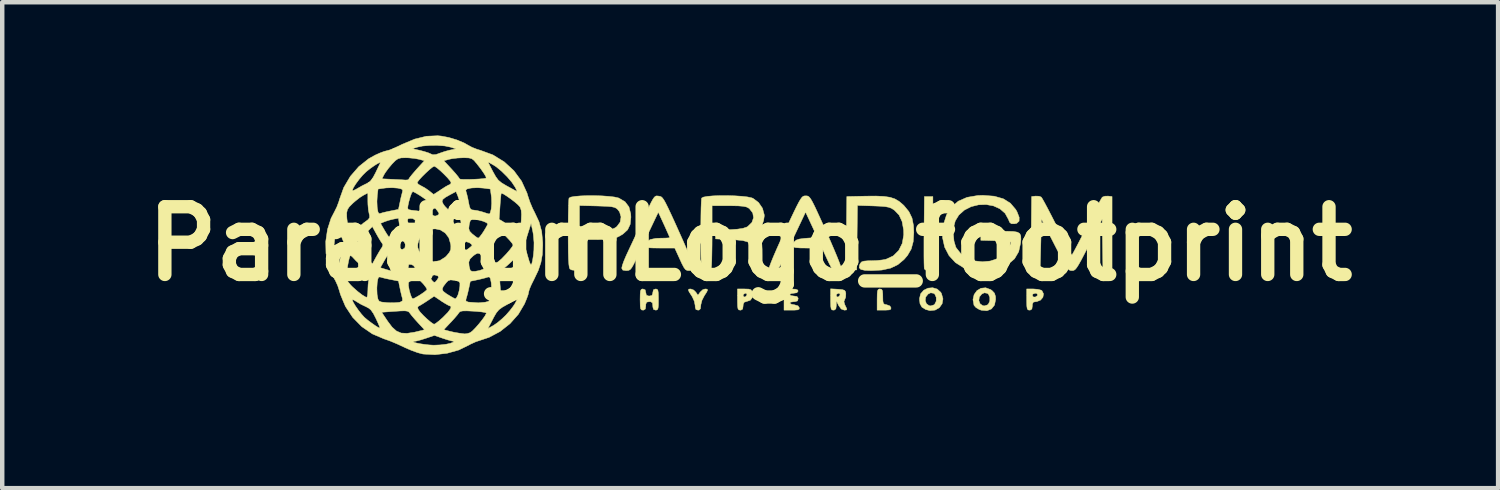
<source format=kicad_pcb>
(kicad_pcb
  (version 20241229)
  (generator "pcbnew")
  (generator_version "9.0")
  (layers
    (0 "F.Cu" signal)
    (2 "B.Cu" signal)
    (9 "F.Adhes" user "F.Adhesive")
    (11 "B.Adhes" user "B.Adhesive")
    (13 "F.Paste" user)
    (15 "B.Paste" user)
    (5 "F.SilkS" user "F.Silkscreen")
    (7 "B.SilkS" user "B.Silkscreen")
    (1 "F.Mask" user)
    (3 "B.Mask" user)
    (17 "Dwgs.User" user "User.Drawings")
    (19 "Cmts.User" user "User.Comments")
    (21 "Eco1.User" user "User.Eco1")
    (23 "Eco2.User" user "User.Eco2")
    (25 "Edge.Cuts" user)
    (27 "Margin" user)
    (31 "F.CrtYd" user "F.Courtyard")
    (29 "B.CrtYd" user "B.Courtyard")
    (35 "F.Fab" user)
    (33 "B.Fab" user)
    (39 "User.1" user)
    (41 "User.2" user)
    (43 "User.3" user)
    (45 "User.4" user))
  (footprint "ParadigmLogo_footprint"
    (layer "F.Cu")
    (at 13.832 2.437)
    (property "Reference" "ParadigmLogo_footprint" (at 0 0 0) (layer "F.SilkS") (effects (font (size 1.524 1.524) (thickness 0.3))))
    (attr through_hole)
    (fp_poly (pts (xy 4.112 0.587) (xy 4.024 0.597) (xy 3.951 0.591) (xy 3.92 0.565) (xy 3.916 0.523) (xy 3.913 0.426) (xy 3.911 0.284) (xy 3.911 0.106) (xy 3.911 -0.099) (xy 3.913 -0.27) (xy 3.921 -1.064) (xy 4.112 -1.064) (xy 4.112 0.587)) (stroke (width 0.01) (type solid)) (fill yes) (layer "F.SilkS"))
    (fp_poly (pts (xy 2.958 1.024) (xy 2.977 1.057) (xy 2.984 1.13) (xy 2.985 1.189) (xy 2.987 1.288) (xy 2.998 1.341) (xy 3.028 1.363) (xy 3.072 1.371) (xy 3.144 1.398) (xy 3.169 1.437) (xy 3.166 1.47) (xy 3.131 1.487) (xy 3.05 1.492) (xy 3.019 1.492) (xy 2.857 1.492) (xy 2.857 1.254) (xy 2.859 1.132) (xy 2.866 1.061) (xy 2.882 1.027) (xy 2.91 1.016) (xy 2.921 1.016) (xy 2.958 1.024)) (stroke (width 0.01) (type solid)) (fill yes) (layer "F.SilkS"))
    (fp_poly (pts (xy -0.969 1.02) (xy -0.958 1.041) (xy -0.981 1.09) (xy -1.032 1.168) (xy -1.084 1.27) (xy -1.11 1.371) (xy -1.111 1.388) (xy -1.12 1.462) (xy -1.151 1.49) (xy -1.175 1.492) (xy -1.22 1.479) (xy -1.237 1.427) (xy -1.238 1.388) (xy -1.257 1.292) (xy -1.305 1.187) (xy -1.318 1.168) (xy -1.373 1.083) (xy -1.392 1.038) (xy -1.377 1.019) (xy -1.335 1.016) (xy -1.272 1.04) (xy -1.224 1.087) (xy -1.175 1.157) (xy -1.125 1.087) (xy -1.067 1.033) (xy -1.014 1.016) (xy -0.969 1.02)) (stroke (width 0.01) (type solid)) (fill yes) (layer "F.SilkS"))
    (fp_poly (pts (xy -0.032 1.019) (xy 0.019 1.035) (xy 0.043 1.071) (xy 0.052 1.1) (xy 0.053 1.202) (xy 0.003 1.27) (xy -0.075 1.296) (xy -0.136 1.315) (xy -0.157 1.365) (xy -0.159 1.399) (xy -0.169 1.468) (xy -0.208 1.492) (xy -0.222 1.492) (xy -0.255 1.487) (xy -0.274 1.461) (xy -0.283 1.402) (xy -0.286 1.297) (xy -0.286 1.254) (xy -0.286 1.162) (xy -0.159 1.162) (xy -0.14 1.196) (xy -0.102 1.191) (xy -0.071 1.149) (xy -0.085 1.117) (xy -0.108 1.111) (xy -0.152 1.137) (xy -0.159 1.162) (xy -0.286 1.162) (xy -0.286 1.016) (xy -0.128 1.016) (xy -0.032 1.019)) (stroke (width 0.01) (type solid)) (fill yes) (layer "F.SilkS"))
    (fp_poly (pts (xy 1.021 1.021) (xy 1.069 1.039) (xy 1.079 1.064) (xy 1.051 1.101) (xy 0.984 1.111) (xy 0.917 1.12) (xy 0.889 1.143) (xy 0.889 1.143) (xy 0.917 1.165) (xy 0.983 1.175) (xy 0.984 1.175) (xy 1.054 1.185) (xy 1.079 1.222) (xy 1.079 1.238) (xy 1.065 1.285) (xy 1.009 1.301) (xy 0.984 1.302) (xy 0.91 1.312) (xy 0.892 1.335) (xy 0.931 1.36) (xy 0.992 1.371) (xy 1.077 1.396) (xy 1.105 1.437) (xy 1.103 1.469) (xy 1.07 1.486) (xy 0.994 1.492) (xy 0.939 1.492) (xy 0.762 1.492) (xy 0.762 1.016) (xy 0.921 1.016) (xy 1.021 1.021)) (stroke (width 0.01) (type solid)) (fill yes) (layer "F.SilkS"))
    (fp_poly (pts (xy 4.209 1.018) (xy 4.29 1.092) (xy 4.305 1.118) (xy 4.339 1.239) (xy 4.32 1.348) (xy 4.258 1.436) (xy 4.163 1.491) (xy 4.046 1.503) (xy 3.95 1.478) (xy 3.865 1.425) (xy 3.822 1.348) (xy 3.814 1.277) (xy 3.94 1.277) (xy 3.967 1.349) (xy 4.028 1.392) (xy 4.064 1.397) (xy 4.131 1.376) (xy 4.153 1.359) (xy 4.187 1.29) (xy 4.187 1.205) (xy 4.156 1.134) (xy 4.132 1.114) (xy 4.063 1.102) (xy 4.005 1.13) (xy 3.951 1.197) (xy 3.94 1.277) (xy 3.814 1.277) (xy 3.81 1.234) (xy 3.836 1.125) (xy 3.905 1.045) (xy 4.001 0.998) (xy 4.107 0.988) (xy 4.209 1.018)) (stroke (width 0.01) (type solid)) (fill yes) (layer "F.SilkS"))
    (fp_poly (pts (xy 6.473 1.024) (xy 6.547 1.043) (xy 6.566 1.054) (xy 6.602 1.126) (xy 6.588 1.203) (xy 6.534 1.267) (xy 6.451 1.3) (xy 6.427 1.302) (xy 6.372 1.312) (xy 6.352 1.357) (xy 6.35 1.397) (xy 6.34 1.467) (xy 6.303 1.491) (xy 6.287 1.492) (xy 6.254 1.487) (xy 6.235 1.461) (xy 6.226 1.402) (xy 6.223 1.297) (xy 6.223 1.254) (xy 6.223 1.161) (xy 6.35 1.161) (xy 6.372 1.196) (xy 6.418 1.198) (xy 6.46 1.168) (xy 6.469 1.151) (xy 6.454 1.119) (xy 6.416 1.111) (xy 6.362 1.131) (xy 6.35 1.161) (xy 6.223 1.161) (xy 6.223 1.016) (xy 6.375 1.016) (xy 6.473 1.024)) (stroke (width 0.01) (type solid)) (fill yes) (layer "F.SilkS"))
    (fp_poly (pts (xy 5.412 1.03) (xy 5.441 1.05) (xy 5.498 1.11) (xy 5.522 1.187) (xy 5.524 1.252) (xy 5.499 1.378) (xy 5.43 1.465) (xy 5.328 1.506) (xy 5.201 1.494) (xy 5.156 1.478) (xy 5.082 1.434) (xy 5.038 1.384) (xy 5.037 1.382) (xy 5.018 1.277) (xy 5.146 1.277) (xy 5.174 1.349) (xy 5.235 1.392) (xy 5.271 1.397) (xy 5.337 1.376) (xy 5.359 1.359) (xy 5.393 1.29) (xy 5.393 1.205) (xy 5.363 1.134) (xy 5.339 1.114) (xy 5.27 1.102) (xy 5.212 1.13) (xy 5.158 1.197) (xy 5.146 1.277) (xy 5.018 1.277) (xy 5.014 1.254) (xy 5.04 1.142) (xy 5.103 1.054) (xy 5.194 1) (xy 5.3 0.989) (xy 5.412 1.03)) (stroke (width 0.01) (type solid)) (fill yes) (layer "F.SilkS"))
    (fp_poly (pts (xy 1.976 1.022) (xy 2.074 1.031) (xy 2.125 1.047) (xy 2.147 1.081) (xy 2.153 1.121) (xy 2.149 1.202) (xy 2.128 1.254) (xy 2.11 1.302) (xy 2.131 1.373) (xy 2.142 1.395) (xy 2.173 1.46) (xy 2.17 1.487) (xy 2.129 1.492) (xy 2.118 1.492) (xy 2.049 1.467) (xy 1.992 1.389) (xy 1.941 1.286) (xy 1.939 1.389) (xy 1.929 1.463) (xy 1.895 1.49) (xy 1.873 1.492) (xy 1.841 1.487) (xy 1.822 1.461) (xy 1.813 1.403) (xy 1.81 1.298) (xy 1.81 1.252) (xy 1.81 1.162) (xy 1.937 1.162) (xy 1.955 1.196) (xy 1.993 1.191) (xy 2.025 1.149) (xy 2.011 1.117) (xy 1.987 1.111) (xy 1.943 1.137) (xy 1.937 1.162) (xy 1.81 1.162) (xy 1.81 1.013) (xy 1.976 1.022)) (stroke (width 0.01) (type solid)) (fill yes) (layer "F.SilkS"))
    (fp_poly (pts (xy -2.095 1.022) (xy -2.076 1.047) (xy -2.067 1.106) (xy -2.064 1.211) (xy -2.064 1.254) (xy -2.065 1.376) (xy -2.072 1.447) (xy -2.088 1.482) (xy -2.116 1.492) (xy -2.127 1.492) (xy -2.174 1.477) (xy -2.19 1.422) (xy -2.191 1.397) (xy -2.199 1.329) (xy -2.236 1.304) (xy -2.27 1.302) (xy -2.327 1.312) (xy -2.348 1.356) (xy -2.349 1.397) (xy -2.359 1.467) (xy -2.397 1.491) (xy -2.413 1.492) (xy -2.445 1.487) (xy -2.465 1.461) (xy -2.474 1.402) (xy -2.476 1.297) (xy -2.477 1.254) (xy -2.475 1.132) (xy -2.468 1.061) (xy -2.452 1.027) (xy -2.424 1.016) (xy -2.413 1.016) (xy -2.363 1.035) (xy -2.349 1.095) (xy -2.336 1.156) (xy -2.285 1.174) (xy -2.27 1.175) (xy -2.21 1.162) (xy -2.191 1.11) (xy -2.191 1.095) (xy -2.176 1.033) (xy -2.127 1.016) (xy -2.095 1.022)) (stroke (width 0.01) (type solid)) (fill yes) (layer "F.SilkS"))
    (fp_poly (pts (xy 3.01 -1.067) (xy 3.147 -1.047) (xy 3.257 -1.011) (xy 3.35 -0.956) (xy 3.439 -0.881) (xy 3.462 -0.859) (xy 3.572 -0.725) (xy 3.642 -0.581) (xy 3.676 -0.408) (xy 3.683 -0.254) (xy 3.669 -0.048) (xy 3.624 0.118) (xy 3.541 0.261) (xy 3.461 0.354) (xy 3.322 0.47) (xy 3.16 0.547) (xy 2.963 0.59) (xy 2.728 0.603) (xy 2.582 0.597) (xy 2.492 0.577) (xy 2.454 0.539) (xy 2.461 0.479) (xy 2.478 0.442) (xy 2.506 0.408) (xy 2.557 0.39) (xy 2.645 0.382) (xy 2.724 0.381) (xy 2.855 0.376) (xy 2.98 0.362) (xy 3.055 0.348) (xy 3.219 0.272) (xy 3.343 0.15) (xy 3.423 -0.01) (xy 3.456 -0.203) (xy 3.453 -0.313) (xy 3.419 -0.502) (xy 3.352 -0.646) (xy 3.247 -0.756) (xy 3.231 -0.767) (xy 3.177 -0.801) (xy 3.117 -0.823) (xy 3.036 -0.838) (xy 2.919 -0.847) (xy 2.771 -0.853) (xy 2.414 -0.864) (xy 2.397 0.587) (xy 2.294 0.597) (xy 2.21 0.592) (xy 2.174 0.565) (xy 2.17 0.523) (xy 2.167 0.426) (xy 2.165 0.284) (xy 2.164 0.106) (xy 2.165 -0.099) (xy 2.166 -0.27) (xy 2.175 -1.064) (xy 2.603 -1.073) (xy 2.832 -1.075) (xy 3.01 -1.067)) (stroke (width 0.01) (type solid)) (fill yes) (layer "F.SilkS"))
    (fp_poly (pts (xy 8.144 -1.064) (xy 8.144 0.587) (xy 7.939 0.607) (xy 7.922 -0.556) (xy 7.626 0.024) (xy 7.526 0.219) (xy 7.45 0.365) (xy 7.392 0.468) (xy 7.348 0.537) (xy 7.314 0.577) (xy 7.284 0.597) (xy 7.253 0.603) (xy 7.239 0.603) (xy 7.207 0.6) (xy 7.177 0.587) (xy 7.145 0.556) (xy 7.105 0.5) (xy 7.054 0.412) (xy 6.986 0.284) (xy 6.896 0.11) (xy 6.852 0.024) (xy 6.556 -0.556) (xy 6.525 0.587) (xy 6.437 0.597) (xy 6.364 0.591) (xy 6.333 0.565) (xy 6.329 0.523) (xy 6.326 0.426) (xy 6.324 0.284) (xy 6.324 0.106) (xy 6.324 -0.099) (xy 6.326 -0.27) (xy 6.334 -1.064) (xy 6.423 -1.074) (xy 6.502 -1.071) (xy 6.55 -1.052) (xy 6.575 -1.015) (xy 6.623 -0.93) (xy 6.69 -0.805) (xy 6.771 -0.649) (xy 6.862 -0.471) (xy 6.906 -0.383) (xy 6.998 -0.2) (xy 7.081 -0.037) (xy 7.151 0.097) (xy 7.203 0.194) (xy 7.233 0.247) (xy 7.239 0.253) (xy 7.257 0.226) (xy 7.299 0.15) (xy 7.361 0.033) (xy 7.438 -0.116) (xy 7.526 -0.29) (xy 7.572 -0.383) (xy 7.666 -0.569) (xy 7.752 -0.737) (xy 7.826 -0.877) (xy 7.883 -0.982) (xy 7.919 -1.042) (xy 7.928 -1.052) (xy 7.985 -1.072) (xy 8.055 -1.074) (xy 8.144 -1.064)) (stroke (width 0.01) (type solid)) (fill yes) (layer "F.SilkS"))
    (fp_poly (pts (xy -3.335 -1.079) (xy -3.182 -1.068) (xy -3.053 -1.053) (xy -2.962 -1.032) (xy -2.953 -1.028) (xy -2.816 -0.947) (xy -2.728 -0.831) (xy -2.688 -0.674) (xy -2.684 -0.599) (xy -2.7 -0.438) (xy -2.758 -0.316) (xy -2.865 -0.218) (xy -2.953 -0.167) (xy -3.023 -0.135) (xy -3.095 -0.114) (xy -3.185 -0.102) (xy -3.308 -0.097) (xy -3.466 -0.095) (xy -3.84 -0.095) (xy -3.849 0.246) (xy -3.853 0.397) (xy -3.859 0.495) (xy -3.869 0.553) (xy -3.886 0.582) (xy -3.914 0.593) (xy -3.937 0.597) (xy -4.014 0.589) (xy -4.056 0.567) (xy -4.07 0.535) (xy -4.08 0.465) (xy -4.088 0.353) (xy -4.093 0.193) (xy -4.095 -0.021) (xy -4.096 -0.226) (xy -4.095 -0.318) (xy -3.842 -0.318) (xy -3.463 -0.318) (xy -3.3 -0.318) (xy -3.187 -0.322) (xy -3.111 -0.332) (xy -3.059 -0.349) (xy -3.017 -0.375) (xy -2.996 -0.393) (xy -2.925 -0.49) (xy -2.906 -0.606) (xy -2.939 -0.718) (xy -2.979 -0.771) (xy -3.014 -0.801) (xy -3.057 -0.821) (xy -3.121 -0.835) (xy -3.218 -0.844) (xy -3.36 -0.849) (xy -3.446 -0.852) (xy -3.842 -0.862) (xy -3.842 -0.318) (xy -4.095 -0.318) (xy -4.095 -0.441) (xy -4.093 -0.636) (xy -4.089 -0.802) (xy -4.085 -0.929) (xy -4.08 -1.008) (xy -4.076 -1.029) (xy -4.038 -1.051) (xy -3.948 -1.067) (xy -3.82 -1.078) (xy -3.667 -1.084) (xy -3.502 -1.084) (xy -3.335 -1.079)) (stroke (width 0.01) (type solid)) (fill yes) (layer "F.SilkS"))
    (fp_poly (pts (xy 1.251 -1.079) (xy 1.281 -1.078) (xy 1.307 -1.07) (xy 1.333 -1.049) (xy 1.364 -1.008) (xy 1.402 -0.942) (xy 1.452 -0.843) (xy 1.516 -0.706) (xy 1.599 -0.524) (xy 1.705 -0.29) (xy 1.709 -0.282) (xy 1.802 -0.072) (xy 1.885 0.121) (xy 1.955 0.288) (xy 2.008 0.422) (xy 2.041 0.515) (xy 2.051 0.558) (xy 2.051 0.559) (xy 2.01 0.591) (xy 1.942 0.603) (xy 1.896 0.598) (xy 1.858 0.576) (xy 1.821 0.525) (xy 1.774 0.434) (xy 1.734 0.349) (xy 1.618 0.095) (xy 1.285 0.095) (xy 1.124 0.093) (xy 1.02 0.085) (xy 0.965 0.066) (xy 0.952 0.034) (xy 0.974 -0.016) (xy 0.997 -0.049) (xy 1.037 -0.084) (xy 1.105 -0.107) (xy 1.215 -0.122) (xy 1.278 -0.127) (xy 1.513 -0.143) (xy 1.38 -0.429) (xy 1.247 -0.714) (xy 1.082 -0.365) (xy 0.998 -0.188) (xy 0.905 0.009) (xy 0.818 0.195) (xy 0.771 0.294) (xy 0.705 0.431) (xy 0.657 0.521) (xy 0.62 0.572) (xy 0.584 0.596) (xy 0.544 0.603) (xy 0.534 0.603) (xy 0.462 0.589) (xy 0.425 0.558) (xy 0.433 0.518) (xy 0.466 0.429) (xy 0.519 0.298) (xy 0.59 0.133) (xy 0.675 -0.057) (xy 0.771 -0.265) (xy 0.78 -0.284) (xy 0.89 -0.518) (xy 0.977 -0.701) (xy 1.044 -0.839) (xy 1.096 -0.939) (xy 1.136 -1.006) (xy 1.167 -1.048) (xy 1.194 -1.07) (xy 1.221 -1.078) (xy 1.25 -1.079) (xy 1.251 -1.079)) (stroke (width 0.01) (type solid)) (fill yes) (layer "F.SilkS"))
    (fp_poly (pts (xy 5.491 -1.072) (xy 5.696 -1.014) (xy 5.856 -0.914) (xy 5.977 -0.772) (xy 6.006 -0.72) (xy 6.054 -0.596) (xy 6.052 -0.511) (xy 6 -0.462) (xy 5.948 -0.451) (xy 5.878 -0.452) (xy 5.839 -0.484) (xy 5.813 -0.549) (xy 5.737 -0.687) (xy 5.621 -0.788) (xy 5.475 -0.854) (xy 5.311 -0.884) (xy 5.14 -0.878) (xy 4.974 -0.837) (xy 4.822 -0.76) (xy 4.697 -0.649) (xy 4.616 -0.517) (xy 4.581 -0.383) (xy 4.572 -0.222) (xy 4.587 -0.062) (xy 4.626 0.07) (xy 4.637 0.091) (xy 4.746 0.228) (xy 4.888 0.325) (xy 5.052 0.384) (xy 5.226 0.404) (xy 5.401 0.388) (xy 5.563 0.334) (xy 5.703 0.245) (xy 5.808 0.122) (xy 5.857 0.009) (xy 5.864 -0.022) (xy 5.855 -0.043) (xy 5.82 -0.055) (xy 5.749 -0.063) (xy 5.632 -0.068) (xy 5.534 -0.07) (xy 5.191 -0.079) (xy 5.191 -0.27) (xy 5.599 -0.279) (xy 5.79 -0.282) (xy 5.925 -0.278) (xy 6.015 -0.262) (xy 6.067 -0.231) (xy 6.09 -0.179) (xy 6.093 -0.102) (xy 6.086 -0.02) (xy 6.043 0.177) (xy 5.949 0.337) (xy 5.803 0.464) (xy 5.714 0.514) (xy 5.513 0.585) (xy 5.286 0.619) (xy 5.064 0.613) (xy 5.028 0.607) (xy 4.806 0.539) (xy 4.621 0.423) (xy 4.476 0.266) (xy 4.377 0.076) (xy 4.329 -0.139) (xy 4.338 -0.373) (xy 4.346 -0.421) (xy 4.418 -0.649) (xy 4.53 -0.828) (xy 4.684 -0.96) (xy 4.881 -1.046) (xy 5.122 -1.087) (xy 5.239 -1.091) (xy 5.491 -1.072)) (stroke (width 0.01) (type solid)) (fill yes) (layer "F.SilkS"))
    (fp_poly (pts (xy -0.346 -1.08) (xy -0.19 -1.07) (xy -0.059 -1.055) (xy 0.036 -1.034) (xy 0.063 -1.024) (xy 0.188 -0.93) (xy 0.277 -0.801) (xy 0.316 -0.656) (xy 0.318 -0.629) (xy 0.303 -0.528) (xy 0.267 -0.415) (xy 0.219 -0.313) (xy 0.168 -0.245) (xy 0.157 -0.237) (xy 0.15 -0.201) (xy 0.196 -0.137) (xy 0.23 -0.096) (xy 0.251 -0.048) (xy 0.264 0.019) (xy 0.269 0.122) (xy 0.27 0.264) (xy 0.27 0.587) (xy 0.079 0.587) (xy 0.071 0.365) (xy 0.063 0.201) (xy 0.044 0.083) (xy 0.005 0.004) (xy -0.062 -0.046) (xy -0.168 -0.074) (xy -0.323 -0.089) (xy -0.445 -0.095) (xy -0.778 -0.111) (xy -0.778 -0.302) (xy -0.459 -0.318) (xy -0.285 -0.33) (xy -0.162 -0.349) (xy -0.079 -0.376) (xy -0.053 -0.391) (xy 0.039 -0.481) (xy 0.076 -0.587) (xy 0.058 -0.695) (xy -0.016 -0.79) (xy -0.037 -0.806) (xy -0.085 -0.83) (xy -0.159 -0.845) (xy -0.27 -0.854) (xy -0.43 -0.857) (xy -0.483 -0.857) (xy -0.857 -0.857) (xy -0.857 -0.177) (xy -0.858 0.027) (xy -0.861 0.211) (xy -0.864 0.365) (xy -0.869 0.48) (xy -0.875 0.544) (xy -0.877 0.553) (xy -0.921 0.592) (xy -0.984 0.603) (xy -1.059 0.586) (xy -1.092 0.553) (xy -1.097 0.508) (xy -1.102 0.409) (xy -1.106 0.266) (xy -1.109 0.088) (xy -1.111 -0.115) (xy -1.111 -0.238) (xy -1.11 -0.451) (xy -1.108 -0.644) (xy -1.105 -0.808) (xy -1.1 -0.934) (xy -1.095 -1.011) (xy -1.092 -1.029) (xy -1.053 -1.051) (xy -0.963 -1.068) (xy -0.835 -1.079) (xy -0.681 -1.085) (xy -0.514 -1.085) (xy -0.346 -1.08)) (stroke (width 0.01) (type solid)) (fill yes) (layer "F.SilkS"))
    (fp_poly (pts (xy -2.089 -1.077) (xy -2.06 -1.074) (xy -2.06 -1.074) (xy -2.029 -1.069) (xy -2.002 -1.058) (xy -1.974 -1.033) (xy -1.942 -0.988) (xy -1.902 -0.917) (xy -1.85 -0.813) (xy -1.783 -0.671) (xy -1.696 -0.482) (xy -1.602 -0.273) (xy -1.508 -0.063) (xy -1.425 0.128) (xy -1.355 0.294) (xy -1.303 0.427) (xy -1.27 0.518) (xy -1.26 0.56) (xy -1.26 0.561) (xy -1.301 0.591) (xy -1.371 0.603) (xy -1.419 0.599) (xy -1.457 0.578) (xy -1.493 0.529) (xy -1.539 0.441) (xy -1.581 0.349) (xy -1.697 0.095) (xy -2.023 0.095) (xy -2.17 0.094) (xy -2.266 0.09) (xy -2.32 0.08) (xy -2.344 0.063) (xy -2.349 0.037) (xy -2.349 0.037) (xy -2.325 -0.044) (xy -2.249 -0.097) (xy -2.12 -0.123) (xy -2.022 -0.127) (xy -1.915 -0.129) (xy -1.839 -0.133) (xy -1.81 -0.14) (xy -1.81 -0.14) (xy -1.822 -0.172) (xy -1.856 -0.249) (xy -1.904 -0.357) (xy -1.938 -0.432) (xy -2.067 -0.712) (xy -2.203 -0.427) (xy -2.277 -0.271) (xy -2.364 -0.086) (xy -2.45 0.098) (xy -2.493 0.191) (xy -2.568 0.352) (xy -2.624 0.465) (xy -2.665 0.537) (xy -2.7 0.579) (xy -2.734 0.598) (xy -2.774 0.603) (xy -2.798 0.603) (xy -2.866 0.592) (xy -2.889 0.552) (xy -2.889 0.54) (xy -2.876 0.483) (xy -2.842 0.387) (xy -2.792 0.269) (xy -2.774 0.23) (xy -2.703 0.078) (xy -2.625 -0.088) (xy -2.558 -0.233) (xy -2.556 -0.238) (xy -2.443 -0.481) (xy -2.354 -0.672) (xy -2.284 -0.818) (xy -2.232 -0.925) (xy -2.192 -0.998) (xy -2.161 -1.044) (xy -2.136 -1.068) (xy -2.113 -1.078) (xy -2.089 -1.077)) (stroke (width 0.01) (type solid)) (fill yes) (layer "F.SilkS"))
    (fp_poly (pts (xy -6.953 -2.425) (xy -6.782 -2.393) (xy -6.603 -2.339) (xy -6.441 -2.272) (xy -6.34 -2.215) (xy -6.258 -2.171) (xy -6.145 -2.127) (xy -6.072 -2.105) (xy -5.789 -2.001) (xy -5.535 -1.845) (xy -5.318 -1.646) (xy -5.145 -1.411) (xy -5.023 -1.145) (xy -5.002 -1.075) (xy -4.955 -0.936) (xy -4.895 -0.793) (xy -4.854 -0.713) (xy -4.752 -0.497) (xy -4.692 -0.278) (xy -4.669 -0.032) (xy -4.668 0.032) (xy -4.677 0.24) (xy -4.709 0.421) (xy -4.769 0.6) (xy -4.865 0.801) (xy -4.871 0.812) (xy -4.926 0.923) (xy -4.967 1.019) (xy -4.984 1.08) (xy -4.985 1.085) (xy -4.997 1.143) (xy -5.031 1.237) (xy -5.077 1.348) (xy -5.078 1.351) (xy -5.217 1.586) (xy -5.405 1.797) (xy -5.628 1.973) (xy -5.874 2.104) (xy -6.048 2.162) (xy -6.172 2.203) (xy -6.294 2.258) (xy -6.331 2.279) (xy -6.559 2.39) (xy -6.82 2.463) (xy -7.092 2.495) (xy -7.353 2.481) (xy -7.382 2.476) (xy -7.486 2.448) (xy -7.621 2.399) (xy -7.761 2.339) (xy -7.795 2.322) (xy -7.938 2.256) (xy -8.068 2.201) (xy -7.584 2.201) (xy -7.569 2.214) (xy -7.514 2.231) (xy -7.431 2.248) (xy -7.332 2.263) (xy -7.228 2.275) (xy -7.131 2.281) (xy -7.112 2.281) (xy -6.974 2.275) (xy -6.843 2.26) (xy -6.747 2.239) (xy -6.682 2.214) (xy -6.664 2.197) (xy -6.675 2.194) (xy -6.734 2.182) (xy -6.829 2.155) (xy -6.918 2.126) (xy -7.106 2.061) (xy -7.298 2.126) (xy -7.408 2.161) (xy -7.5 2.185) (xy -7.548 2.194) (xy -7.584 2.201) (xy -8.068 2.201) (xy -8.087 2.193) (xy -8.214 2.147) (xy -8.235 2.141) (xy -8.501 2.028) (xy -8.74 1.864) (xy -8.945 1.655) (xy -9.108 1.409) (xy -9.17 1.262) (xy -8.954 1.262) (xy -8.935 1.312) (xy -8.887 1.393) (xy -8.821 1.488) (xy -8.75 1.579) (xy -8.686 1.65) (xy -8.68 1.656) (xy -8.608 1.717) (xy -8.521 1.782) (xy -8.437 1.841) (xy -8.369 1.883) (xy -8.333 1.897) (xy -8.331 1.897) (xy -8.34 1.866) (xy -8.37 1.793) (xy -8.416 1.693) (xy -8.424 1.676) (xy -8.484 1.559) (xy -8.498 1.54) (xy -8.293 1.54) (xy -8.158 1.742) (xy -8.058 1.875) (xy -7.961 1.962) (xy -7.854 2.008) (xy -7.723 2.015) (xy -7.555 1.989) (xy -7.451 1.964) (xy -7.329 1.933) (xy -7.329 1.933) (xy -6.895 1.933) (xy -6.773 1.965) (xy -6.667 1.99) (xy -6.551 2.01) (xy -6.424 2.027) (xy -6.367 2.02) (xy -6.305 2.001) (xy -6.256 1.966) (xy -6.197 1.907) (xy -5.902 1.907) (xy -5.775 1.836) (xy -5.685 1.774) (xy -5.579 1.684) (xy -5.495 1.603) (xy -5.408 1.504) (xy -5.334 1.408) (xy -5.291 1.342) (xy -5.24 1.243) (xy -5.459 1.36) (xy -5.575 1.425) (xy -5.653 1.482) (xy -5.711 1.551) (xy -5.77 1.652) (xy -5.79 1.692) (xy -5.902 1.907) (xy -6.197 1.907) (xy -6.185 1.895) (xy -6.106 1.805) (xy -6.03 1.71) (xy -5.97 1.626) (xy -5.939 1.567) (xy -5.937 1.557) (xy -5.967 1.545) (xy -6.046 1.532) (xy -6.16 1.521) (xy -6.231 1.516) (xy -6.373 1.509) (xy -6.464 1.51) (xy -6.518 1.52) (xy -6.547 1.54) (xy -6.554 1.551) (xy -6.59 1.6) (xy -6.656 1.677) (xy -6.738 1.767) (xy -6.74 1.768) (xy -6.895 1.933) (xy -7.329 1.933) (xy -7.468 1.784) (xy -7.549 1.694) (xy -7.619 1.612) (xy -7.654 1.566) (xy -7.68 1.534) (xy -7.714 1.516) (xy -7.77 1.508) (xy -7.861 1.51) (xy -7.997 1.519) (xy -8.293 1.54) (xy -8.498 1.54) (xy -8.537 1.486) (xy -8.596 1.439) (xy -8.616 1.43) (xy -7.486 1.43) (xy -7.468 1.48) (xy -7.426 1.537) (xy -7.356 1.612) (xy -7.274 1.69) (xy -7.194 1.758) (xy -7.133 1.801) (xy -7.111 1.81) (xy -7.073 1.789) (xy -7.003 1.735) (xy -6.917 1.659) (xy -6.904 1.646) (xy -6.803 1.543) (xy -6.744 1.463) (xy -6.73 1.413) (xy -6.76 1.397) (xy -6.799 1.38) (xy -6.874 1.337) (xy -6.95 1.288) (xy -6.95 1.288) (xy -6.397 1.288) (xy -6.345 1.311) (xy -6.344 1.311) (xy -6.116 1.328) (xy -5.964 1.314) (xy -5.891 1.296) (xy -5.853 1.263) (xy -5.834 1.195) (xy -5.827 1.155) (xy -5.819 1.03) (xy -5.825 0.897) (xy -5.828 0.871) (xy -5.846 0.783) (xy -5.868 0.746) (xy -5.901 0.748) (xy -5.961 0.767) (xy -6.057 0.791) (xy -6.125 0.807) (xy -6.298 0.843) (xy -6.335 1.017) (xy -6.36 1.124) (xy -6.384 1.21) (xy -6.395 1.244) (xy -6.397 1.288) (xy -6.95 1.288) (xy -7.112 1.179) (xy -7.269 1.285) (xy -7.36 1.344) (xy -7.433 1.388) (xy -7.464 1.403) (xy -7.486 1.43) (xy -8.616 1.43) (xy -8.65 1.413) (xy -8.755 1.363) (xy -8.851 1.306) (xy -8.864 1.297) (xy -8.923 1.263) (xy -8.953 1.258) (xy -8.954 1.262) (xy -9.17 1.262) (xy -9.222 1.135) (xy -9.243 1.062) (xy -9.282 0.942) (xy -9.334 0.828) (xy -9.354 0.794) (xy -9.4 0.706) (xy -9.081 0.706) (xy -9.074 0.792) (xy -9.048 0.858) (xy -8.99 0.928) (xy -8.946 0.972) (xy -8.833 1.072) (xy -8.732 1.15) (xy -8.656 1.196) (xy -8.628 1.205) (xy -8.615 1.177) (xy -8.606 1.104) (xy -8.603 1.04) (xy -8.602 1) (xy -8.401 1) (xy -8.396 1.133) (xy -8.393 1.157) (xy -8.376 1.247) (xy -8.347 1.292) (xy -8.296 1.31) (xy -8.291 1.311) (xy -8.154 1.325) (xy -8.017 1.327) (xy -7.905 1.318) (xy -7.879 1.313) (xy -7.826 1.285) (xy -7.825 1.234) (xy -7.827 1.226) (xy -7.846 1.156) (xy -7.87 1.053) (xy -7.881 0.999) (xy -7.897 0.921) (xy -7.692 0.921) (xy -7.69 0.938) (xy -7.674 1.036) (xy -7.648 1.131) (xy -7.62 1.205) (xy -7.594 1.238) (xy -7.592 1.238) (xy -7.554 1.222) (xy -7.482 1.182) (xy -7.42 1.144) (xy -7.338 1.088) (xy -7.284 1.043) (xy -7.272 1.025) (xy -7.275 1.019) (xy -6.93 1.019) (xy -6.909 1.067) (xy -6.84 1.121) (xy -6.805 1.143) (xy -6.719 1.195) (xy -6.655 1.23) (xy -6.633 1.238) (xy -6.607 1.212) (xy -6.576 1.151) (xy -6.549 1.055) (xy -6.533 0.954) (xy -6.532 0.883) (xy -6.555 0.847) (xy -6.618 0.828) (xy -6.652 0.822) (xy -6.741 0.812) (xy -6.796 0.83) (xy -6.835 0.868) (xy -6.905 0.958) (xy -6.93 1.019) (xy -7.275 1.019) (xy -7.291 0.987) (xy -7.339 0.923) (xy -7.359 0.899) (xy -7.421 0.835) (xy -7.476 0.812) (xy -7.556 0.818) (xy -7.572 0.821) (xy -7.653 0.84) (xy -7.687 0.868) (xy -7.692 0.921) (xy -7.897 0.921) (xy -7.914 0.838) (xy -8.092 0.803) (xy -8.2 0.781) (xy -8.287 0.759) (xy -8.322 0.748) (xy -8.355 0.747) (xy -8.377 0.786) (xy -8.393 0.871) (xy -8.401 1) (xy -8.602 1) (xy -8.598 0.916) (xy -8.583 0.797) (xy -8.575 0.756) (xy -8.571 0.732) (xy -7.193 0.732) (xy -7.19 0.778) (xy -7.159 0.826) (xy -7.117 0.866) (xy -7.086 0.86) (xy -7.048 0.816) (xy -7.012 0.757) (xy -7.027 0.723) (xy -7.028 0.723) (xy -7.033 0.721) (xy -5.638 0.721) (xy -5.634 0.835) (xy -5.629 0.913) (xy -5.619 1.041) (xy -5.607 1.14) (xy -5.594 1.198) (xy -5.588 1.206) (xy -5.554 1.189) (xy -5.483 1.144) (xy -5.391 1.081) (xy -5.387 1.078) (xy -5.291 1.004) (xy -5.215 0.936) (xy -5.176 0.89) (xy -5.152 0.802) (xy -5.145 0.676) (xy -5.154 0.531) (xy -5.179 0.394) (xy -5.215 0.252) (xy -5.378 0.406) (xy -5.467 0.488) (xy -5.545 0.554) (xy -5.594 0.59) (xy -5.62 0.612) (xy -5.634 0.651) (xy -5.638 0.721) (xy -7.033 0.721) (xy -7.099 0.7) (xy -7.167 0.711) (xy -7.193 0.732) (xy -8.571 0.732) (xy -8.563 0.682) (xy -8.575 0.634) (xy -8.622 0.588) (xy -8.673 0.552) (xy -8.692 0.537) (xy -8.323 0.537) (xy -8.17 0.584) (xy -8.046 0.619) (xy -7.97 0.63) (xy -7.939 0.616) (xy -7.708 0.616) (xy -7.67 0.634) (xy -7.641 0.635) (xy -7.574 0.625) (xy -7.542 0.606) (xy -7.538 0.56) (xy -6.683 0.56) (xy -6.679 0.611) (xy -6.675 0.617) (xy -6.632 0.631) (xy -6.583 0.635) (xy -6.525 0.619) (xy -6.509 0.561) (xy -6.509 0.561) (xy -6.519 0.485) (xy -6.557 0.46) (xy -6.603 0.467) (xy -6.653 0.502) (xy -6.683 0.56) (xy -7.538 0.56) (xy -7.537 0.547) (xy -7.576 0.49) (xy -7.622 0.466) (xy -7.672 0.462) (xy -7.684 0.471) (xy -7.692 0.515) (xy -7.704 0.564) (xy -7.708 0.616) (xy -7.939 0.616) (xy -7.927 0.611) (xy -7.905 0.56) (xy -7.895 0.5) (xy -7.888 0.41) (xy -6.332 0.41) (xy -6.325 0.503) (xy -6.3 0.597) (xy -6.263 0.619) (xy -6.187 0.619) (xy -6.091 0.601) (xy -5.993 0.566) (xy -5.977 0.559) (xy -5.906 0.522) (xy -5.972 0.396) (xy -6.035 0.284) (xy -6.083 0.224) (xy -6.13 0.21) (xy -6.187 0.237) (xy -6.234 0.272) (xy -6.303 0.339) (xy -6.332 0.41) (xy -7.888 0.41) (xy -7.888 0.41) (xy -7.907 0.351) (xy -7.963 0.292) (xy -7.978 0.279) (xy -8.048 0.227) (xy -8.099 0.201) (xy -8.109 0.201) (xy -8.139 0.231) (xy -8.188 0.301) (xy -8.231 0.373) (xy -8.323 0.537) (xy -8.692 0.537) (xy -8.775 0.471) (xy -8.873 0.379) (xy -8.893 0.357) (xy -8.952 0.294) (xy -8.991 0.261) (xy -8.998 0.259) (xy -9.018 0.307) (xy -9.04 0.398) (xy -9.06 0.509) (xy -9.075 0.62) (xy -9.081 0.706) (xy -9.4 0.706) (xy -9.401 0.705) (xy -9.453 0.583) (xy -9.495 0.465) (xy -9.546 0.215) (xy -9.55 0.023) (xy -9.364 0.023) (xy -9.342 0.283) (xy -9.331 0.335) (xy -9.301 0.426) (xy -9.273 0.455) (xy -9.248 0.419) (xy -9.224 0.327) (xy -9.196 0.22) (xy -9.158 0.124) (xy -9.156 0.12) (xy -9.128 0.047) (xy -9.13 0.032) (xy -8.89 0.032) (xy -8.869 0.067) (xy -8.813 0.135) (xy -8.732 0.221) (xy -8.696 0.258) (xy -8.502 0.452) (xy -8.411 0.285) (xy -8.355 0.188) (xy -8.307 0.109) (xy -8.283 0.075) (xy -8.268 0.035) (xy -7.929 0.035) (xy -7.906 0.079) (xy -7.853 0.12) (xy -7.826 0.127) (xy -7.78 0.101) (xy -7.767 0.079) (xy -7.762 0.014) (xy -7.483 0.014) (xy -7.479 0.088) (xy -7.451 0.166) (xy -7.368 0.295) (xy -7.254 0.375) (xy -7.124 0.404) (xy -6.988 0.379) (xy -6.861 0.299) (xy -6.83 0.268) (xy -6.766 0.19) (xy -6.738 0.126) (xy -6.736 0.057) (xy -6.437 0.057) (xy -6.433 0.078) (xy -6.415 0.133) (xy -6.389 0.14) (xy -6.334 0.104) (xy -6.279 0.059) (xy -6.256 0.032) (xy -5.965 0.032) (xy -5.856 0.194) (xy -5.798 0.287) (xy -5.758 0.364) (xy -5.747 0.401) (xy -5.729 0.429) (xy -5.677 0.408) (xy -5.594 0.338) (xy -5.483 0.223) (xy -5.481 0.22) (xy -5.407 0.134) (xy -5.355 0.065) (xy -5.334 0.028) (xy -5.334 0.028) (xy -5.341 0.016) (xy -5.08 0.016) (xy -5.01 0.264) (xy -4.975 0.384) (xy -4.95 0.449) (xy -4.932 0.469) (xy -4.916 0.449) (xy -4.912 0.439) (xy -4.896 0.37) (xy -4.879 0.262) (xy -4.867 0.143) (xy -4.864 -0.029) (xy -4.879 -0.202) (xy -4.89 -0.27) (xy -4.931 -0.46) (xy -5.08 0.016) (xy -5.341 0.016) (xy -5.356 -0.011) (xy -5.411 -0.078) (xy -5.487 -0.159) (xy -5.569 -0.239) (xy -5.643 -0.306) (xy -5.696 -0.345) (xy -5.709 -0.349) (xy -5.744 -0.33) (xy -5.747 -0.321) (xy -5.763 -0.281) (xy -5.806 -0.207) (xy -5.856 -0.13) (xy -5.965 0.032) (xy -6.256 0.032) (xy -6.256 0.031) (xy -6.279 0.004) (xy -6.322 -0.027) (xy -6.392 -0.049) (xy -6.433 -0.018) (xy -6.437 0.057) (xy -6.736 0.057) (xy -6.736 0.045) (xy -6.74 0.008) (xy -6.782 -0.137) (xy -6.863 -0.244) (xy -6.97 -0.312) (xy -7.092 -0.338) (xy -7.216 -0.323) (xy -7.329 -0.264) (xy -7.42 -0.159) (xy -7.457 -0.078) (xy -7.483 0.014) (xy -7.762 0.014) (xy -7.761 0.009) (xy -7.789 -0.047) (xy -7.826 -0.064) (xy -7.878 -0.041) (xy -7.906 -0.016) (xy -7.929 0.035) (xy -8.268 0.035) (xy -8.264 0.023) (xy -8.283 -0.012) (xy -8.318 -0.063) (xy -8.369 -0.148) (xy -8.411 -0.222) (xy -8.502 -0.388) (xy -8.696 -0.194) (xy -8.784 -0.103) (xy -8.851 -0.027) (xy -8.887 0.023) (xy -8.89 0.032) (xy -9.13 0.032) (xy -9.137 -0.015) (xy -9.156 -0.057) (xy -9.194 -0.151) (xy -9.223 -0.258) (xy -9.224 -0.263) (xy -9.249 -0.359) (xy -9.274 -0.391) (xy -9.301 -0.36) (xy -9.329 -0.265) (xy -9.332 -0.253) (xy -9.364 0.023) (xy -9.55 0.023) (xy -9.551 -0.055) (xy -9.512 -0.324) (xy -9.432 -0.574) (xy -9.393 -0.649) (xy -9.081 -0.649) (xy -9.075 -0.564) (xy -9.061 -0.458) (xy -9.043 -0.35) (xy -9.022 -0.258) (xy -9.004 -0.201) (xy -8.995 -0.191) (xy -8.969 -0.212) (xy -8.917 -0.266) (xy -8.89 -0.296) (xy -8.802 -0.384) (xy -8.71 -0.46) (xy -8.318 -0.46) (xy -8.222 -0.294) (xy -8.168 -0.206) (xy -8.124 -0.146) (xy -8.104 -0.128) (xy -8.067 -0.147) (xy -8.003 -0.195) (xy -7.978 -0.215) (xy -7.914 -0.276) (xy -7.889 -0.332) (xy -7.89 -0.343) (xy -6.332 -0.343) (xy -6.314 -0.285) (xy -6.258 -0.226) (xy -6.244 -0.215) (xy -6.176 -0.161) (xy -6.128 -0.13) (xy -6.119 -0.128) (xy -6.09 -0.152) (xy -6.041 -0.215) (xy -6 -0.276) (xy -5.948 -0.362) (xy -5.914 -0.425) (xy -5.905 -0.447) (xy -5.934 -0.476) (xy -6.005 -0.507) (xy -6.098 -0.533) (xy -6.19 -0.547) (xy -6.261 -0.548) (xy -6.297 -0.525) (xy -6.316 -0.462) (xy -6.323 -0.429) (xy -6.332 -0.343) (xy -7.89 -0.343) (xy -7.892 -0.412) (xy -7.896 -0.439) (xy -7.909 -0.537) (xy -7.712 -0.537) (xy -7.699 -0.468) (xy -7.696 -0.456) (xy -7.66 -0.409) (xy -7.604 -0.406) (xy -7.553 -0.445) (xy -7.543 -0.466) (xy -7.541 -0.507) (xy -6.684 -0.507) (xy -6.661 -0.447) (xy -6.617 -0.407) (xy -6.609 -0.404) (xy -6.542 -0.403) (xy -6.512 -0.446) (xy -6.509 -0.494) (xy -6.523 -0.552) (xy -5.65 -0.552) (xy -5.563 -0.501) (xy -5.491 -0.448) (xy -5.402 -0.37) (xy -5.351 -0.32) (xy -5.28 -0.252) (xy -5.23 -0.225) (xy -5.197 -0.244) (xy -5.175 -0.314) (xy -5.159 -0.439) (xy -5.152 -0.524) (xy -5.146 -0.662) (xy -5.153 -0.755) (xy -5.175 -0.819) (xy -5.184 -0.835) (xy -5.226 -0.881) (xy -5.298 -0.943) (xy -5.386 -1.01) (xy -5.474 -1.072) (xy -5.548 -1.119) (xy -5.595 -1.14) (xy -5.602 -1.138) (xy -5.608 -1.104) (xy -5.616 -1.021) (xy -5.626 -0.904) (xy -5.63 -0.84) (xy -5.65 -0.552) (xy -6.523 -0.552) (xy -6.523 -0.554) (xy -6.577 -0.571) (xy -6.583 -0.572) (xy -6.648 -0.565) (xy -6.675 -0.554) (xy -6.684 -0.507) (xy -7.541 -0.507) (xy -7.539 -0.533) (xy -7.59 -0.567) (xy -7.638 -0.572) (xy -7.695 -0.566) (xy -7.712 -0.537) (xy -7.909 -0.537) (xy -7.915 -0.577) (xy -8.028 -0.556) (xy -8.134 -0.53) (xy -8.229 -0.498) (xy -8.23 -0.497) (xy -8.318 -0.46) (xy -8.71 -0.46) (xy -8.699 -0.47) (xy -8.672 -0.489) (xy -8.597 -0.545) (xy -8.565 -0.589) (xy -8.566 -0.64) (xy -8.575 -0.677) (xy -8.592 -0.766) (xy -8.602 -0.886) (xy -8.604 -0.956) (xy -8.399 -0.956) (xy -8.394 -0.828) (xy -8.391 -0.798) (xy -8.375 -0.714) (xy -8.352 -0.681) (xy -8.322 -0.684) (xy -8.264 -0.702) (xy -8.226 -0.711) (xy -7.202 -0.711) (xy -7.2 -0.681) (xy -7.163 -0.65) (xy -7.093 -0.623) (xy -7.044 -0.638) (xy -7.005 -0.664) (xy -7.006 -0.695) (xy -7.04 -0.745) (xy -7.082 -0.797) (xy -7.113 -0.799) (xy -7.16 -0.758) (xy -7.202 -0.711) (xy -8.226 -0.711) (xy -8.167 -0.724) (xy -8.092 -0.74) (xy -7.914 -0.775) (xy -7.909 -0.801) (xy -7.708 -0.801) (xy -7.689 -0.77) (xy -7.627 -0.757) (xy -7.598 -0.754) (xy -7.515 -0.744) (xy -7.462 -0.737) (xy -7.457 -0.736) (xy -7.427 -0.755) (xy -7.377 -0.811) (xy -7.354 -0.839) (xy -7.303 -0.91) (xy -7.278 -0.951) (xy -6.933 -0.951) (xy -6.907 -0.894) (xy -6.87 -0.844) (xy -6.806 -0.779) (xy -6.753 -0.746) (xy -6.736 -0.746) (xy -6.675 -0.758) (xy -6.598 -0.762) (xy -6.536 -0.766) (xy -6.513 -0.79) (xy -6.519 -0.852) (xy -6.524 -0.88) (xy -6.549 -0.987) (xy -6.581 -1.083) (xy -6.583 -1.087) (xy -6.62 -1.176) (xy -6.747 -1.109) (xy -6.859 -1.046) (xy -6.919 -0.997) (xy -6.933 -0.951) (xy -7.278 -0.951) (xy -7.274 -0.958) (xy -7.271 -0.967) (xy -7.295 -0.992) (xy -7.356 -1.037) (xy -7.435 -1.09) (xy -7.514 -1.138) (xy -7.573 -1.169) (xy -7.592 -1.175) (xy -7.617 -1.146) (xy -7.647 -1.068) (xy -7.679 -0.957) (xy -7.699 -0.867) (xy -7.708 -0.801) (xy -7.909 -0.801) (xy -7.881 -0.935) (xy -7.858 -1.043) (xy -7.835 -1.133) (xy -7.827 -1.164) (xy -7.82 -1.208) (xy -7.847 -1.234) (xy -7.922 -1.252) (xy -7.935 -1.254) (xy -8.051 -1.263) (xy -8.181 -1.259) (xy -8.22 -1.255) (xy -8.374 -1.233) (xy -8.392 -1.083) (xy -8.399 -0.956) (xy -8.604 -0.956) (xy -8.604 -0.961) (xy -8.604 -1.145) (xy -8.703 -1.093) (xy -8.783 -1.043) (xy -8.88 -0.967) (xy -8.941 -0.914) (xy -9.021 -0.834) (xy -9.063 -0.771) (xy -9.079 -0.701) (xy -9.081 -0.649) (xy -9.393 -0.649) (xy -9.352 -0.728) (xy -9.301 -0.831) (xy -9.255 -0.954) (xy -9.243 -0.998) (xy -9.17 -1.2) (xy -8.954 -1.2) (xy -8.93 -1.199) (xy -8.87 -1.227) (xy -8.834 -1.248) (xy -8.735 -1.305) (xy -8.638 -1.353) (xy -8.62 -1.361) (xy -8.599 -1.375) (xy -7.493 -1.375) (xy -7.467 -1.34) (xy -7.405 -1.305) (xy -7.32 -1.259) (xy -7.229 -1.196) (xy -7.223 -1.191) (xy -7.161 -1.141) (xy -7.126 -1.114) (xy -7.123 -1.112) (xy -7.097 -1.128) (xy -7.032 -1.17) (xy -6.971 -1.21) (xy -6.4 -1.21) (xy -6.395 -1.18) (xy -6.377 -1.12) (xy -6.354 -1.023) (xy -6.339 -0.945) (xy -6.318 -0.841) (xy -6.295 -0.786) (xy -6.262 -0.764) (xy -6.225 -0.76) (xy -6.142 -0.748) (xy -6.039 -0.722) (xy -6.017 -0.715) (xy -5.933 -0.688) (xy -5.877 -0.672) (xy -5.869 -0.67) (xy -5.851 -0.696) (xy -5.832 -0.764) (xy -5.826 -0.794) (xy -5.817 -0.907) (xy -5.821 -1.037) (xy -5.826 -1.077) (xy -5.847 -1.233) (xy -6.003 -1.254) (xy -6.128 -1.263) (xy -6.253 -1.258) (xy -6.288 -1.254) (xy -6.37 -1.235) (xy -6.4 -1.21) (xy -6.971 -1.21) (xy -6.953 -1.222) (xy -6.863 -1.281) (xy -6.792 -1.321) (xy -6.76 -1.333) (xy -6.734 -1.359) (xy -6.731 -1.377) (xy -6.753 -1.418) (xy -6.81 -1.486) (xy -6.888 -1.566) (xy -6.971 -1.645) (xy -7.047 -1.709) (xy -7.1 -1.744) (xy -7.111 -1.746) (xy -7.151 -1.725) (xy -7.218 -1.67) (xy -7.3 -1.595) (xy -7.382 -1.514) (xy -7.449 -1.441) (xy -7.488 -1.388) (xy -7.493 -1.375) (xy -8.599 -1.375) (xy -8.551 -1.407) (xy -8.508 -1.463) (xy -8.287 -1.463) (xy -8.057 -1.452) (xy -7.932 -1.446) (xy -7.824 -1.44) (xy -7.756 -1.435) (xy -7.755 -1.435) (xy -7.699 -1.44) (xy -7.684 -1.455) (xy -7.664 -1.489) (xy -7.61 -1.557) (xy -7.534 -1.646) (xy -7.508 -1.676) (xy -7.332 -1.869) (xy -6.893 -1.869) (xy -6.717 -1.679) (xy -6.635 -1.588) (xy -6.573 -1.512) (xy -6.542 -1.467) (xy -6.54 -1.461) (xy -6.512 -1.453) (xy -6.436 -1.449) (xy -6.331 -1.449) (xy -6.213 -1.453) (xy -6.099 -1.459) (xy -6.005 -1.467) (xy -5.949 -1.476) (xy -5.941 -1.48) (xy -5.948 -1.513) (xy -5.99 -1.584) (xy -6.059 -1.684) (xy -6.15 -1.801) (xy -6.15 -1.802) (xy -6.186 -1.844) (xy -5.902 -1.844) (xy -5.791 -1.628) (xy -5.726 -1.512) (xy -5.668 -1.433) (xy -5.594 -1.372) (xy -5.486 -1.307) (xy -5.467 -1.297) (xy -5.365 -1.241) (xy -5.287 -1.199) (xy -5.248 -1.179) (xy -5.246 -1.178) (xy -5.253 -1.2) (xy -5.281 -1.26) (xy -5.29 -1.276) (xy -5.362 -1.385) (xy -5.469 -1.51) (xy -5.592 -1.632) (xy -5.713 -1.732) (xy -5.775 -1.772) (xy -5.902 -1.844) (xy -6.186 -1.844) (xy -6.213 -1.876) (xy -6.265 -1.916) (xy -6.329 -1.933) (xy -6.428 -1.937) (xy -6.455 -1.937) (xy -6.585 -1.931) (xy -6.708 -1.916) (xy -6.772 -1.903) (xy -6.893 -1.869) (xy -7.332 -1.869) (xy -7.332 -1.87) (xy -7.452 -1.903) (xy -7.556 -1.922) (xy -7.684 -1.935) (xy -7.751 -1.937) (xy -7.854 -1.934) (xy -7.923 -1.916) (xy -7.984 -1.874) (xy -8.058 -1.798) (xy -8.138 -1.703) (xy -8.207 -1.609) (xy -8.237 -1.561) (xy -8.287 -1.463) (xy -8.508 -1.463) (xy -8.488 -1.49) (xy -8.431 -1.597) (xy -8.382 -1.7) (xy -8.343 -1.781) (xy -8.324 -1.822) (xy -8.334 -1.83) (xy -8.383 -1.807) (xy -8.457 -1.761) (xy -8.544 -1.7) (xy -8.631 -1.631) (xy -8.644 -1.62) (xy -8.72 -1.545) (xy -8.801 -1.45) (xy -8.875 -1.35) (xy -8.93 -1.263) (xy -8.953 -1.204) (xy -8.954 -1.2) (xy -9.17 -1.2) (xy -9.146 -1.267) (xy -8.998 -1.518) (xy -8.808 -1.737) (xy -8.586 -1.914) (xy -8.441 -1.995) (xy -8.33 -2.045) (xy -8.235 -2.08) (xy -8.176 -2.095) (xy -8.174 -2.096) (xy -8.122 -2.109) (xy -8.042 -2.141) (xy -7.604 -2.141) (xy -7.429 -2.102) (xy -7.324 -2.074) (xy -7.24 -2.047) (xy -7.207 -2.032) (xy -7.143 -2.005) (xy -7.069 -2.01) (xy -6.976 -2.043) (xy -6.874 -2.078) (xy -6.759 -2.109) (xy -6.747 -2.111) (xy -6.62 -2.137) (xy -6.747 -2.177) (xy -6.873 -2.203) (xy -7.037 -2.215) (xy -7.211 -2.214) (xy -7.372 -2.201) (xy -7.477 -2.179) (xy -7.604 -2.141) (xy -8.042 -2.141) (xy -8.03 -2.146) (xy -7.911 -2.2) (xy -7.829 -2.24) (xy -7.549 -2.357) (xy -7.287 -2.421) (xy -7.032 -2.432) (xy -6.953 -2.425)) (stroke (width 0.01) (type solid)) (fill yes) (layer "F.SilkS")))
  (gr_rect
    (start -3 -3)
    (end 30.664 7.936)
    (stroke (width 0.1) (type default))
    (fill no)
    (layer "Edge.Cuts")))
</source>
